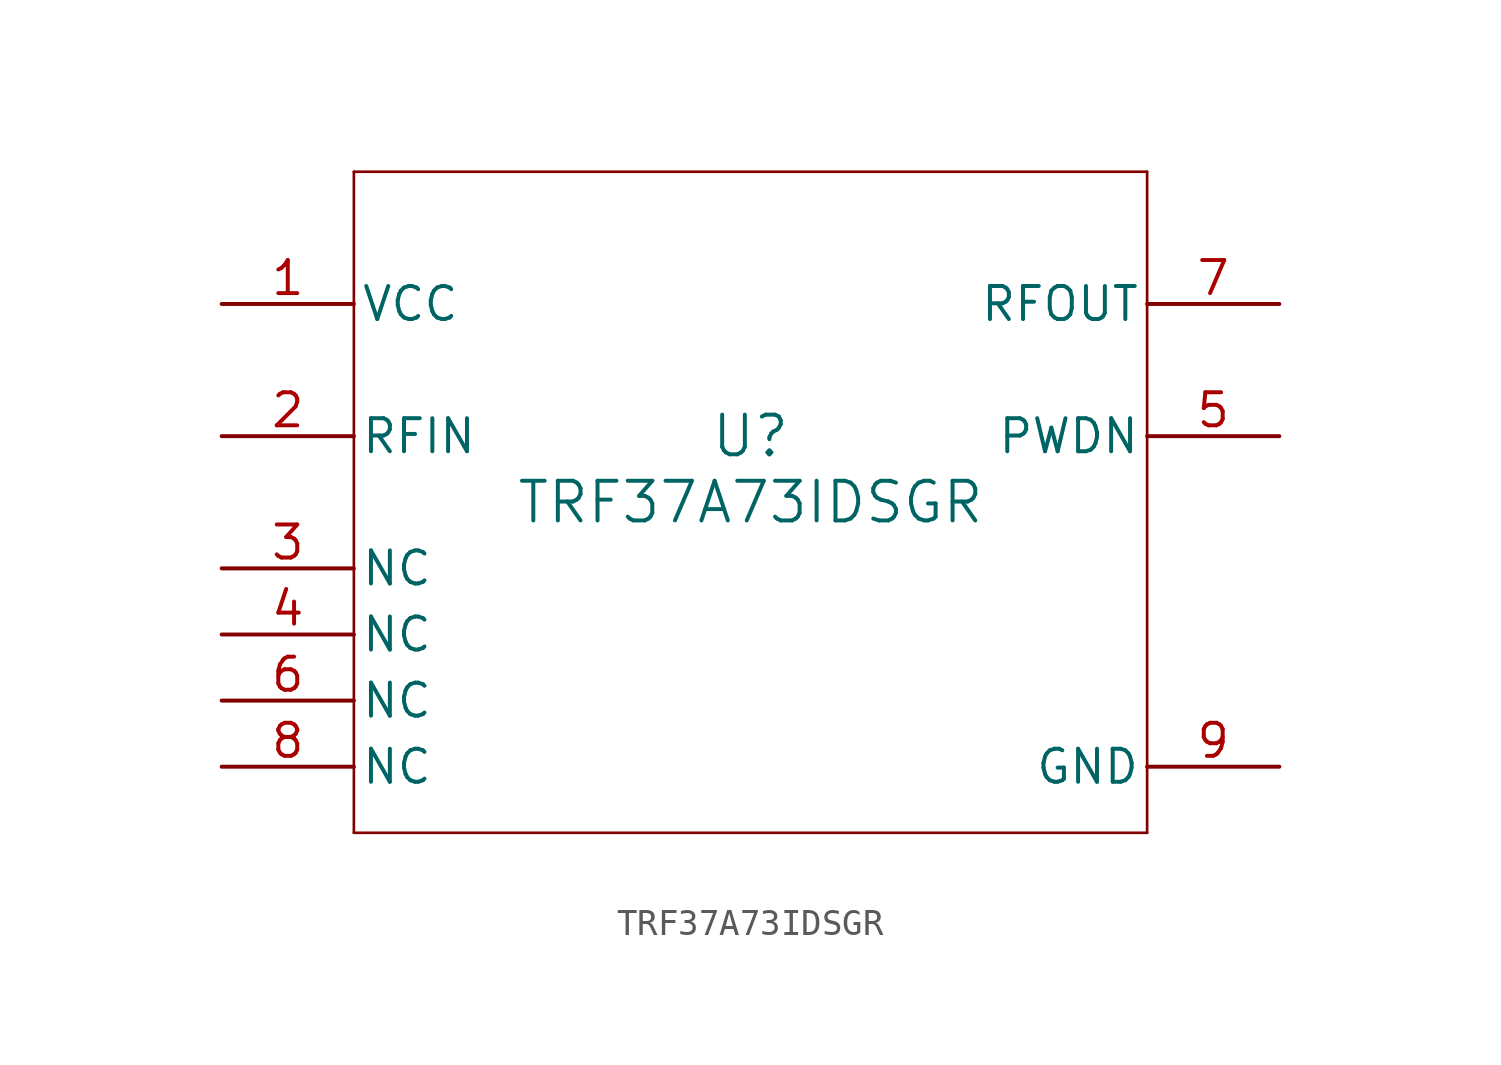
<source format=kicad_sym>
(kicad_symbol_lib
  (version 20211014)
  (generator kicad_symbol_editor)
  (symbol "TRF37A73IDSGR"
    (pin_names
      (offset 0.254))
    (property "Reference" "U"
      (at 0 2.54 0)
      (effects (font (size 1.524 1.524))))
    (property "Value" "TRF37A73IDSGR"
      (at 0 0 0)
      (effects (font (size 1.524 1.524))))
    (symbol "TRF37A73IDSGR_0_1"
      (polyline (pts (xy -15.24 -12.7) (xy 15.24 -12.7)) (stroke (width 0.102) (type default) (color 0 0 0 0)) (fill (type none)))
      (polyline (pts (xy 15.24 -12.7) (xy 15.24 12.7)) (stroke (width 0.102) (type default) (color 0 0 0 0)) (fill (type none)))
      (polyline (pts (xy 15.24 12.7) (xy -15.24 12.7)) (stroke (width 0.102) (type default) (color 0 0 0 0)) (fill (type none)))
      (polyline (pts (xy -15.24 12.7) (xy -15.24 -12.7)) (stroke (width 0.102) (type default) (color 0 0 0 0)) (fill (type none)))
      (pin power_in line (at -20.32 7.62 0) (length 5.08) (name "VCC" (effects (font (size 1.27 1.27)))) (number "1" (effects (font (size 1.27 1.27)))))
      (pin input line (at -20.32 2.54 0) (length 5.08) (name "RFIN" (effects (font (size 1.27 1.27)))) (number "2" (effects (font (size 1.27 1.27)))))
      (pin unspecified line (at -20.32 -2.54 0) (length 5.08) (name "NC" (effects (font (size 1.27 1.27)))) (number "3" (effects (font (size 1.27 1.27)))))
      (pin unspecified line (at -20.32 -5.08 0) (length 5.08) (name "NC" (effects (font (size 1.27 1.27)))) (number "4" (effects (font (size 1.27 1.27)))))
      (pin input line (at 20.32 2.54 180) (length 5.08) (name "PWDN" (effects (font (size 1.27 1.27)))) (number "5" (effects (font (size 1.27 1.27)))))
      (pin unspecified line (at -20.32 -7.62 0) (length 5.08) (name "NC" (effects (font (size 1.27 1.27)))) (number "6" (effects (font (size 1.27 1.27)))))
      (pin output line (at 20.32 7.62 180) (length 5.08) (name "RFOUT" (effects (font (size 1.27 1.27)))) (number "7" (effects (font (size 1.27 1.27)))))
      (pin unspecified line (at -20.32 -10.16 0) (length 5.08) (name "NC" (effects (font (size 1.27 1.27)))) (number "8" (effects (font (size 1.27 1.27)))))
      (pin power_in line (at 20.32 -10.16 180) (length 5.08) (name "GND" (effects (font (size 1.27 1.27)))) (number "9" (effects (font (size 1.27 1.27))))))))
</source>
